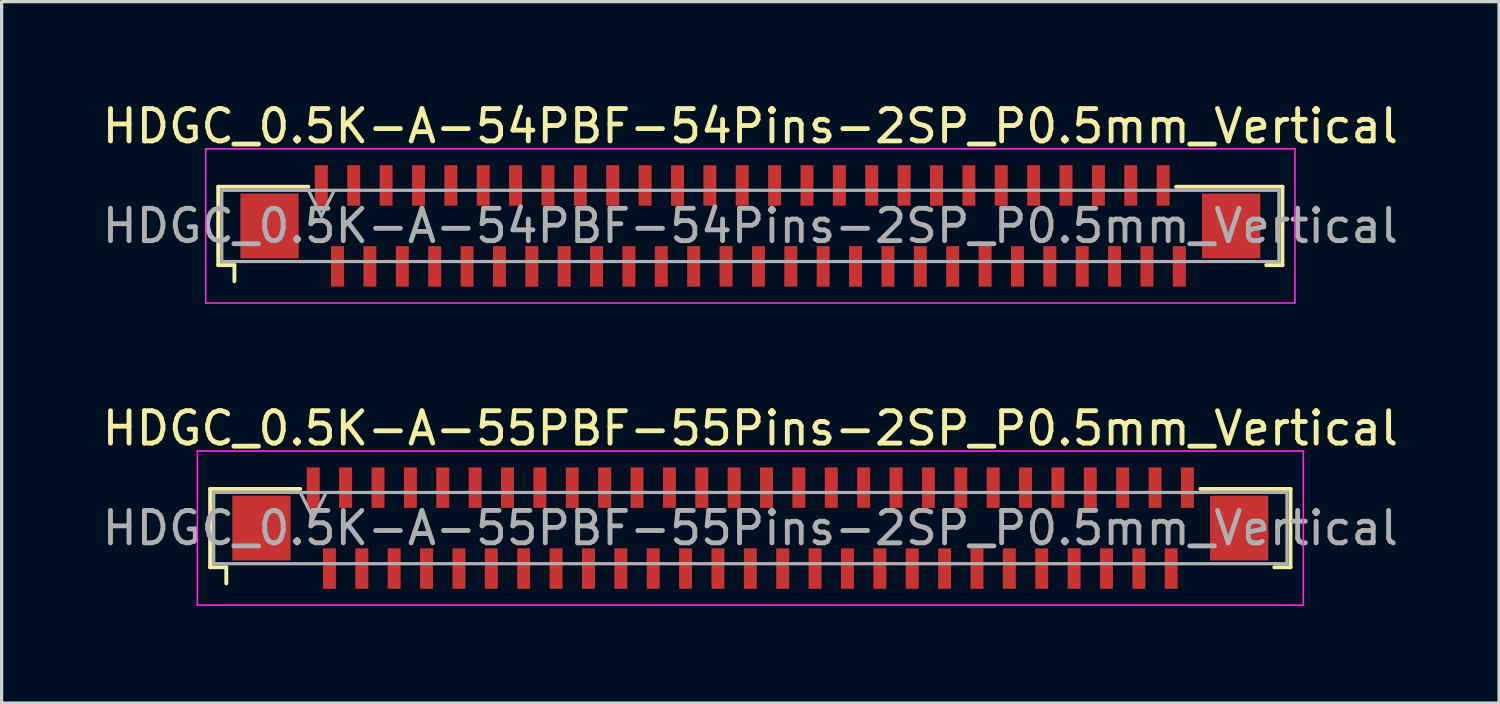
<source format=kicad_pcb>
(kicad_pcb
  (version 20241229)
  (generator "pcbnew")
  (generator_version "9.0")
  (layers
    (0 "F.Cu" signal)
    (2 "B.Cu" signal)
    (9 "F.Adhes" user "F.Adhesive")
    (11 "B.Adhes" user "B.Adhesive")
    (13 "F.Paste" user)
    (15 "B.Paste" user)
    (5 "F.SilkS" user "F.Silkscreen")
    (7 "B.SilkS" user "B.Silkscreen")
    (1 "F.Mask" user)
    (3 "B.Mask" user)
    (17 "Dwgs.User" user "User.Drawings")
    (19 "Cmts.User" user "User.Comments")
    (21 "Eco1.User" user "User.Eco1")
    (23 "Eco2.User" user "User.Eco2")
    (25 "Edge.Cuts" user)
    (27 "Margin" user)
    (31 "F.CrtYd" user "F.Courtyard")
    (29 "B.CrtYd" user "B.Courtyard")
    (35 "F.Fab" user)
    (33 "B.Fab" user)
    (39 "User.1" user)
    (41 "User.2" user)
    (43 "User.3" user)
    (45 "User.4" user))
  (footprint "HDGC_0.5K-A-55PBF-55Pins-2SP_P0.5mm_Vertical"
    (layer "F.Cu")
    (at 20.125 13.261)
    (property "Reference" "HDGC_0.5K-A-55PBF-55Pins-2SP_P0.5mm_Vertical" (at 0 -3.08 0) (layer "F.SilkS") (effects (font (size 1 1) (thickness 0.15))))
    (attr smd)
    (fp_line (start -16.685 -1.21) (end -13.9 -1.21) (stroke (width 0.12) (type solid)) (layer "F.SilkS"))
    (fp_line (start -16.685 1.21) (end -16.685 -1.21) (stroke (width 0.12) (type solid)) (layer "F.SilkS"))
    (fp_line (start -16.185 1.21) (end -16.685 1.21) (stroke (width 0.12) (type solid)) (layer "F.SilkS"))
    (fp_line (start -16.185 1.71) (end -16.185 1.21) (stroke (width 0.12) (type solid)) (layer "F.SilkS"))
    (fp_line (start 16.185 1.21) (end 16.685 1.21) (stroke (width 0.12) (type solid)) (layer "F.SilkS"))
    (fp_line (start 16.685 -1.21) (end 13.9 -1.21) (stroke (width 0.12) (type solid)) (layer "F.SilkS"))
    (fp_line (start 16.685 1.21) (end 16.685 -1.21) (stroke (width 0.12) (type solid)) (layer "F.SilkS"))
    (fp_line (start -17.08 -2.38) (end 17.08 -2.38) (stroke (width 0.05) (type solid)) (layer "F.CrtYd"))
    (fp_line (start -17.08 2.38) (end -17.08 -2.38) (stroke (width 0.05) (type solid)) (layer "F.CrtYd"))
    (fp_line (start 17.08 -2.38) (end 17.08 2.38) (stroke (width 0.05) (type solid)) (layer "F.CrtYd"))
    (fp_line (start 17.08 2.38) (end -17.08 2.38) (stroke (width 0.05) (type solid)) (layer "F.CrtYd"))
    (fp_line (start -16.575 -1.1) (end -16.575 1.1) (stroke (width 0.1) (type solid)) (layer "F.Fab"))
    (fp_line (start -16.575 1.1) (end 16.575 1.1) (stroke (width 0.1) (type solid)) (layer "F.Fab"))
    (fp_line (start -13.9 -1.1) (end -13.5 -0.3) (stroke (width 0.1) (type solid)) (layer "F.Fab"))
    (fp_line (start -13.5 -0.3) (end -13.1 -1.1) (stroke (width 0.1) (type solid)) (layer "F.Fab"))
    (fp_line (start 16.575 -1.1) (end -16.575 -1.1) (stroke (width 0.1) (type solid)) (layer "F.Fab"))
    (fp_line (start 16.575 1.1) (end 16.575 -1.1) (stroke (width 0.1) (type solid)) (layer "F.Fab"))
    (fp_text user "${REFERENCE}" (at 0 0 0) (layer "F.Fab") (effects (font (size 1 1) (thickness 0.15))))
    (pad "1" smd rect (at -13.5 -1.25) (size 0.4 1.25) (layers "F.Cu" "F.Mask" "F.Paste"))
    (pad "2" smd rect (at -13 1.25) (size 0.4 1.25) (layers "F.Cu" "F.Mask" "F.Paste"))
    (pad "3" smd rect (at -12.5 -1.25) (size 0.4 1.25) (layers "F.Cu" "F.Mask" "F.Paste"))
    (pad "4" smd rect (at -12 1.25) (size 0.4 1.25) (layers "F.Cu" "F.Mask" "F.Paste"))
    (pad "5" smd rect (at -11.5 -1.25) (size 0.4 1.25) (layers "F.Cu" "F.Mask" "F.Paste"))
    (pad "6" smd rect (at -11 1.25) (size 0.4 1.25) (layers "F.Cu" "F.Mask" "F.Paste"))
    (pad "7" smd rect (at -10.5 -1.25) (size 0.4 1.25) (layers "F.Cu" "F.Mask" "F.Paste"))
    (pad "8" smd rect (at -10 1.25) (size 0.4 1.25) (layers "F.Cu" "F.Mask" "F.Paste"))
    (pad "9" smd rect (at -9.5 -1.25) (size 0.4 1.25) (layers "F.Cu" "F.Mask" "F.Paste"))
    (pad "10" smd rect (at -9 1.25) (size 0.4 1.25) (layers "F.Cu" "F.Mask" "F.Paste"))
    (pad "11" smd rect (at -8.5 -1.25) (size 0.4 1.25) (layers "F.Cu" "F.Mask" "F.Paste"))
    (pad "12" smd rect (at -8 1.25) (size 0.4 1.25) (layers "F.Cu" "F.Mask" "F.Paste"))
    (pad "13" smd rect (at -7.5 -1.25) (size 0.4 1.25) (layers "F.Cu" "F.Mask" "F.Paste"))
    (pad "14" smd rect (at -7 1.25) (size 0.4 1.25) (layers "F.Cu" "F.Mask" "F.Paste"))
    (pad "15" smd rect (at -6.5 -1.25) (size 0.4 1.25) (layers "F.Cu" "F.Mask" "F.Paste"))
    (pad "16" smd rect (at -6 1.25) (size 0.4 1.25) (layers "F.Cu" "F.Mask" "F.Paste"))
    (pad "17" smd rect (at -5.5 -1.25) (size 0.4 1.25) (layers "F.Cu" "F.Mask" "F.Paste"))
    (pad "18" smd rect (at -5 1.25) (size 0.4 1.25) (layers "F.Cu" "F.Mask" "F.Paste"))
    (pad "19" smd rect (at -4.5 -1.25) (size 0.4 1.25) (layers "F.Cu" "F.Mask" "F.Paste"))
    (pad "20" smd rect (at -4 1.25) (size 0.4 1.25) (layers "F.Cu" "F.Mask" "F.Paste"))
    (pad "21" smd rect (at -3.5 -1.25) (size 0.4 1.25) (layers "F.Cu" "F.Mask" "F.Paste"))
    (pad "22" smd rect (at -3 1.25) (size 0.4 1.25) (layers "F.Cu" "F.Mask" "F.Paste"))
    (pad "23" smd rect (at -2.5 -1.25) (size 0.4 1.25) (layers "F.Cu" "F.Mask" "F.Paste"))
    (pad "24" smd rect (at -2 1.25) (size 0.4 1.25) (layers "F.Cu" "F.Mask" "F.Paste"))
    (pad "25" smd rect (at -1.5 -1.25) (size 0.4 1.25) (layers "F.Cu" "F.Mask" "F.Paste"))
    (pad "26" smd rect (at -1 1.25) (size 0.4 1.25) (layers "F.Cu" "F.Mask" "F.Paste"))
    (pad "27" smd rect (at -0.5 -1.25) (size 0.4 1.25) (layers "F.Cu" "F.Mask" "F.Paste"))
    (pad "28" smd rect (at 0 1.25) (size 0.4 1.25) (layers "F.Cu" "F.Mask" "F.Paste"))
    (pad "29" smd rect (at 0.5 -1.25) (size 0.4 1.25) (layers "F.Cu" "F.Mask" "F.Paste"))
    (pad "30" smd rect (at 1 1.25) (size 0.4 1.25) (layers "F.Cu" "F.Mask" "F.Paste"))
    (pad "31" smd rect (at 1.5 -1.25) (size 0.4 1.25) (layers "F.Cu" "F.Mask" "F.Paste"))
    (pad "32" smd rect (at 2 1.25) (size 0.4 1.25) (layers "F.Cu" "F.Mask" "F.Paste"))
    (pad "33" smd rect (at 2.5 -1.25) (size 0.4 1.25) (layers "F.Cu" "F.Mask" "F.Paste"))
    (pad "34" smd rect (at 3 1.25) (size 0.4 1.25) (layers "F.Cu" "F.Mask" "F.Paste"))
    (pad "35" smd rect (at 3.5 -1.25) (size 0.4 1.25) (layers "F.Cu" "F.Mask" "F.Paste"))
    (pad "36" smd rect (at 4 1.25) (size 0.4 1.25) (layers "F.Cu" "F.Mask" "F.Paste"))
    (pad "37" smd rect (at 4.5 -1.25) (size 0.4 1.25) (layers "F.Cu" "F.Mask" "F.Paste"))
    (pad "38" smd rect (at 5 1.25) (size 0.4 1.25) (layers "F.Cu" "F.Mask" "F.Paste"))
    (pad "39" smd rect (at 5.5 -1.25) (size 0.4 1.25) (layers "F.Cu" "F.Mask" "F.Paste"))
    (pad "40" smd rect (at 6 1.25) (size 0.4 1.25) (layers "F.Cu" "F.Mask" "F.Paste"))
    (pad "41" smd rect (at 6.5 -1.25) (size 0.4 1.25) (layers "F.Cu" "F.Mask" "F.Paste"))
    (pad "42" smd rect (at 7 1.25) (size 0.4 1.25) (layers "F.Cu" "F.Mask" "F.Paste"))
    (pad "43" smd rect (at 7.5 -1.25) (size 0.4 1.25) (layers "F.Cu" "F.Mask" "F.Paste"))
    (pad "44" smd rect (at 8 1.25) (size 0.4 1.25) (layers "F.Cu" "F.Mask" "F.Paste"))
    (pad "45" smd rect (at 8.5 -1.25) (size 0.4 1.25) (layers "F.Cu" "F.Mask" "F.Paste"))
    (pad "46" smd rect (at 9 1.25) (size 0.4 1.25) (layers "F.Cu" "F.Mask" "F.Paste"))
    (pad "47" smd rect (at 9.5 -1.25) (size 0.4 1.25) (layers "F.Cu" "F.Mask" "F.Paste"))
    (pad "48" smd rect (at 10 1.25) (size 0.4 1.25) (layers "F.Cu" "F.Mask" "F.Paste"))
    (pad "49" smd rect (at 10.5 -1.25) (size 0.4 1.25) (layers "F.Cu" "F.Mask" "F.Paste"))
    (pad "50" smd rect (at 11 1.25) (size 0.4 1.25) (layers "F.Cu" "F.Mask" "F.Paste"))
    (pad "51" smd rect (at 11.5 -1.25) (size 0.4 1.25) (layers "F.Cu" "F.Mask" "F.Paste"))
    (pad "52" smd rect (at 12 1.25) (size 0.4 1.25) (layers "F.Cu" "F.Mask" "F.Paste"))
    (pad "53" smd rect (at 12.5 -1.25) (size 0.4 1.25) (layers "F.Cu" "F.Mask" "F.Paste"))
    (pad "54" smd rect (at 13 1.25) (size 0.4 1.25) (layers "F.Cu" "F.Mask" "F.Paste"))
    (pad "55" smd rect (at 13.5 -1.25) (size 0.4 1.25) (layers "F.Cu" "F.Mask" "F.Paste"))
    (pad "MP" smd rect (at -15.1 0) (size 1.8 2) (layers "F.Cu" "F.Mask" "F.Paste"))
    (pad "MP" smd rect (at 15.1 0) (size 1.8 2) (layers "F.Cu" "F.Mask" "F.Paste")))
  (footprint "HDGC_0.5K-A-54PBF-54Pins-2SP_P0.5mm_Vertical"
    (layer "F.Cu")
    (at 20.125 3.928)
    (property "Reference" "HDGC_0.5K-A-54PBF-54Pins-2SP_P0.5mm_Vertical" (at 0 -3.08 0) (layer "F.SilkS") (effects (font (size 1 1) (thickness 0.15))))
    (attr smd)
    (fp_line (start -16.435 -1.21) (end -13.65 -1.21) (stroke (width 0.12) (type solid)) (layer "F.SilkS"))
    (fp_line (start -16.435 1.21) (end -16.435 -1.21) (stroke (width 0.12) (type solid)) (layer "F.SilkS"))
    (fp_line (start -15.935 1.21) (end -16.435 1.21) (stroke (width 0.12) (type solid)) (layer "F.SilkS"))
    (fp_line (start -15.935 1.71) (end -15.935 1.21) (stroke (width 0.12) (type solid)) (layer "F.SilkS"))
    (fp_line (start 15.935 1.21) (end 16.435 1.21) (stroke (width 0.12) (type solid)) (layer "F.SilkS"))
    (fp_line (start 16.435 -1.21) (end 13.15 -1.21) (stroke (width 0.12) (type solid)) (layer "F.SilkS"))
    (fp_line (start 16.435 1.21) (end 16.435 -1.21) (stroke (width 0.12) (type solid)) (layer "F.SilkS"))
    (fp_line (start -16.82 -2.38) (end 16.82 -2.38) (stroke (width 0.05) (type solid)) (layer "F.CrtYd"))
    (fp_line (start -16.82 2.38) (end -16.82 -2.38) (stroke (width 0.05) (type solid)) (layer "F.CrtYd"))
    (fp_line (start 16.82 -2.38) (end 16.82 2.38) (stroke (width 0.05) (type solid)) (layer "F.CrtYd"))
    (fp_line (start 16.82 2.38) (end -16.82 2.38) (stroke (width 0.05) (type solid)) (layer "F.CrtYd"))
    (fp_line (start -16.325 -1.1) (end -16.325 1.1) (stroke (width 0.1) (type solid)) (layer "F.Fab"))
    (fp_line (start -16.325 1.1) (end 16.325 1.1) (stroke (width 0.1) (type solid)) (layer "F.Fab"))
    (fp_line (start -13.65 -1.1) (end -13.25 -0.3) (stroke (width 0.1) (type solid)) (layer "F.Fab"))
    (fp_line (start -13.25 -0.3) (end -12.85 -1.1) (stroke (width 0.1) (type solid)) (layer "F.Fab"))
    (fp_line (start 16.325 -1.1) (end -16.325 -1.1) (stroke (width 0.1) (type solid)) (layer "F.Fab"))
    (fp_line (start 16.325 1.1) (end 16.325 -1.1) (stroke (width 0.1) (type solid)) (layer "F.Fab"))
    (fp_text user "${REFERENCE}" (at 0 0 0) (layer "F.Fab") (effects (font (size 1 1) (thickness 0.15))))
    (pad "1" smd rect (at -13.25 -1.25) (size 0.4 1.25) (layers "F.Cu" "F.Mask" "F.Paste"))
    (pad "2" smd rect (at -12.75 1.25) (size 0.4 1.25) (layers "F.Cu" "F.Mask" "F.Paste"))
    (pad "3" smd rect (at -12.25 -1.25) (size 0.4 1.25) (layers "F.Cu" "F.Mask" "F.Paste"))
    (pad "4" smd rect (at -11.75 1.25) (size 0.4 1.25) (layers "F.Cu" "F.Mask" "F.Paste"))
    (pad "5" smd rect (at -11.25 -1.25) (size 0.4 1.25) (layers "F.Cu" "F.Mask" "F.Paste"))
    (pad "6" smd rect (at -10.75 1.25) (size 0.4 1.25) (layers "F.Cu" "F.Mask" "F.Paste"))
    (pad "7" smd rect (at -10.25 -1.25) (size 0.4 1.25) (layers "F.Cu" "F.Mask" "F.Paste"))
    (pad "8" smd rect (at -9.75 1.25) (size 0.4 1.25) (layers "F.Cu" "F.Mask" "F.Paste"))
    (pad "9" smd rect (at -9.25 -1.25) (size 0.4 1.25) (layers "F.Cu" "F.Mask" "F.Paste"))
    (pad "10" smd rect (at -8.75 1.25) (size 0.4 1.25) (layers "F.Cu" "F.Mask" "F.Paste"))
    (pad "11" smd rect (at -8.25 -1.25) (size 0.4 1.25) (layers "F.Cu" "F.Mask" "F.Paste"))
    (pad "12" smd rect (at -7.75 1.25) (size 0.4 1.25) (layers "F.Cu" "F.Mask" "F.Paste"))
    (pad "13" smd rect (at -7.25 -1.25) (size 0.4 1.25) (layers "F.Cu" "F.Mask" "F.Paste"))
    (pad "14" smd rect (at -6.75 1.25) (size 0.4 1.25) (layers "F.Cu" "F.Mask" "F.Paste"))
    (pad "15" smd rect (at -6.25 -1.25) (size 0.4 1.25) (layers "F.Cu" "F.Mask" "F.Paste"))
    (pad "16" smd rect (at -5.75 1.25) (size 0.4 1.25) (layers "F.Cu" "F.Mask" "F.Paste"))
    (pad "17" smd rect (at -5.25 -1.25) (size 0.4 1.25) (layers "F.Cu" "F.Mask" "F.Paste"))
    (pad "18" smd rect (at -4.75 1.25) (size 0.4 1.25) (layers "F.Cu" "F.Mask" "F.Paste"))
    (pad "19" smd rect (at -4.25 -1.25) (size 0.4 1.25) (layers "F.Cu" "F.Mask" "F.Paste"))
    (pad "20" smd rect (at -3.75 1.25) (size 0.4 1.25) (layers "F.Cu" "F.Mask" "F.Paste"))
    (pad "21" smd rect (at -3.25 -1.25) (size 0.4 1.25) (layers "F.Cu" "F.Mask" "F.Paste"))
    (pad "22" smd rect (at -2.75 1.25) (size 0.4 1.25) (layers "F.Cu" "F.Mask" "F.Paste"))
    (pad "23" smd rect (at -2.25 -1.25) (size 0.4 1.25) (layers "F.Cu" "F.Mask" "F.Paste"))
    (pad "24" smd rect (at -1.75 1.25) (size 0.4 1.25) (layers "F.Cu" "F.Mask" "F.Paste"))
    (pad "25" smd rect (at -1.25 -1.25) (size 0.4 1.25) (layers "F.Cu" "F.Mask" "F.Paste"))
    (pad "26" smd rect (at -0.75 1.25) (size 0.4 1.25) (layers "F.Cu" "F.Mask" "F.Paste"))
    (pad "27" smd rect (at -0.25 -1.25) (size 0.4 1.25) (layers "F.Cu" "F.Mask" "F.Paste"))
    (pad "28" smd rect (at 0.25 1.25) (size 0.4 1.25) (layers "F.Cu" "F.Mask" "F.Paste"))
    (pad "29" smd rect (at 0.75 -1.25) (size 0.4 1.25) (layers "F.Cu" "F.Mask" "F.Paste"))
    (pad "30" smd rect (at 1.25 1.25) (size 0.4 1.25) (layers "F.Cu" "F.Mask" "F.Paste"))
    (pad "31" smd rect (at 1.75 -1.25) (size 0.4 1.25) (layers "F.Cu" "F.Mask" "F.Paste"))
    (pad "32" smd rect (at 2.25 1.25) (size 0.4 1.25) (layers "F.Cu" "F.Mask" "F.Paste"))
    (pad "33" smd rect (at 2.75 -1.25) (size 0.4 1.25) (layers "F.Cu" "F.Mask" "F.Paste"))
    (pad "34" smd rect (at 3.25 1.25) (size 0.4 1.25) (layers "F.Cu" "F.Mask" "F.Paste"))
    (pad "35" smd rect (at 3.75 -1.25) (size 0.4 1.25) (layers "F.Cu" "F.Mask" "F.Paste"))
    (pad "36" smd rect (at 4.25 1.25) (size 0.4 1.25) (layers "F.Cu" "F.Mask" "F.Paste"))
    (pad "37" smd rect (at 4.75 -1.25) (size 0.4 1.25) (layers "F.Cu" "F.Mask" "F.Paste"))
    (pad "38" smd rect (at 5.25 1.25) (size 0.4 1.25) (layers "F.Cu" "F.Mask" "F.Paste"))
    (pad "39" smd rect (at 5.75 -1.25) (size 0.4 1.25) (layers "F.Cu" "F.Mask" "F.Paste"))
    (pad "40" smd rect (at 6.25 1.25) (size 0.4 1.25) (layers "F.Cu" "F.Mask" "F.Paste"))
    (pad "41" smd rect (at 6.75 -1.25) (size 0.4 1.25) (layers "F.Cu" "F.Mask" "F.Paste"))
    (pad "42" smd rect (at 7.25 1.25) (size 0.4 1.25) (layers "F.Cu" "F.Mask" "F.Paste"))
    (pad "43" smd rect (at 7.75 -1.25) (size 0.4 1.25) (layers "F.Cu" "F.Mask" "F.Paste"))
    (pad "44" smd rect (at 8.25 1.25) (size 0.4 1.25) (layers "F.Cu" "F.Mask" "F.Paste"))
    (pad "45" smd rect (at 8.75 -1.25) (size 0.4 1.25) (layers "F.Cu" "F.Mask" "F.Paste"))
    (pad "46" smd rect (at 9.25 1.25) (size 0.4 1.25) (layers "F.Cu" "F.Mask" "F.Paste"))
    (pad "47" smd rect (at 9.75 -1.25) (size 0.4 1.25) (layers "F.Cu" "F.Mask" "F.Paste"))
    (pad "48" smd rect (at 10.25 1.25) (size 0.4 1.25) (layers "F.Cu" "F.Mask" "F.Paste"))
    (pad "49" smd rect (at 10.75 -1.25) (size 0.4 1.25) (layers "F.Cu" "F.Mask" "F.Paste"))
    (pad "50" smd rect (at 11.25 1.25) (size 0.4 1.25) (layers "F.Cu" "F.Mask" "F.Paste"))
    (pad "51" smd rect (at 11.75 -1.25) (size 0.4 1.25) (layers "F.Cu" "F.Mask" "F.Paste"))
    (pad "52" smd rect (at 12.25 1.25) (size 0.4 1.25) (layers "F.Cu" "F.Mask" "F.Paste"))
    (pad "53" smd rect (at 12.75 -1.25) (size 0.4 1.25) (layers "F.Cu" "F.Mask" "F.Paste"))
    (pad "54" smd rect (at 13.25 1.25) (size 0.4 1.25) (layers "F.Cu" "F.Mask" "F.Paste"))
    (pad "MP" smd rect (at -14.85 0) (size 1.8 2) (layers "F.Cu" "F.Mask" "F.Paste"))
    (pad "MP" smd rect (at 14.85 0) (size 1.8 2) (layers "F.Cu" "F.Mask" "F.Paste")))
  (gr_rect
    (start -3 -3)
    (end 43.25 18.666)
    (stroke (width 0.1) (type default))
    (fill no)
    (layer "Edge.Cuts")))
</source>
